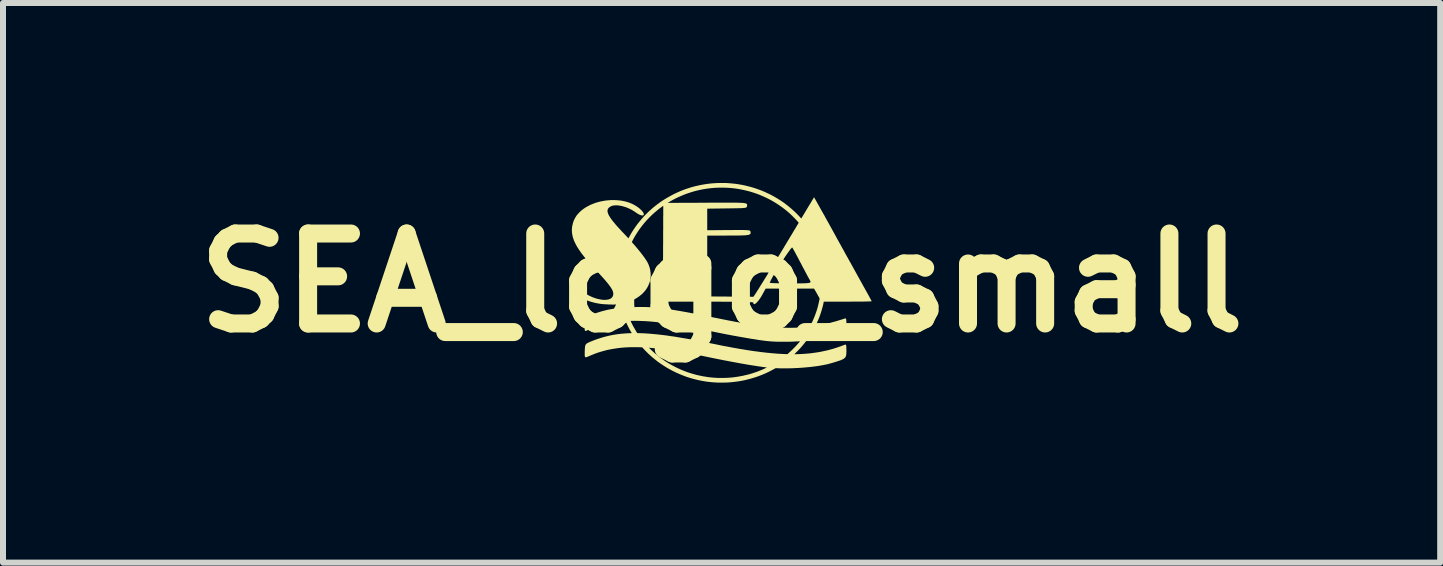
<source format=kicad_pcb>
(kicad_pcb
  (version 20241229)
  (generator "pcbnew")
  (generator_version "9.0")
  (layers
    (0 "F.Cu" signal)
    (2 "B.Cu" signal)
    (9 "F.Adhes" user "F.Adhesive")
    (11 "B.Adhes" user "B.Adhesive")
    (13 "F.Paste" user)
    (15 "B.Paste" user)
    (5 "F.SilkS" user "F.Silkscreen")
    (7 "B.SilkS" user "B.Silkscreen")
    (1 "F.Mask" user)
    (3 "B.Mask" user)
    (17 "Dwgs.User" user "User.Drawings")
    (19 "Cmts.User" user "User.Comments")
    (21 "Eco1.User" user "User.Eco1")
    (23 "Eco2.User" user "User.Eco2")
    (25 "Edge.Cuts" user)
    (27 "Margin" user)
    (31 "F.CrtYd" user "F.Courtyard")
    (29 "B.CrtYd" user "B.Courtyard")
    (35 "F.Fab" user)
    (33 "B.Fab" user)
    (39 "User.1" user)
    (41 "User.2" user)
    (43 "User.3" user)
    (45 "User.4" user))
  (footprint "SEA_logo_small"
    (layer "F.Cu")
    (at 8.979 1.664)
    (property "Reference" "SEA_logo_small" (at 0 0 0) (layer "F.SilkS") (effects (font (size 1.5 1.5) (thickness 0.3))))
    (attr board_only exclude_from_pos_files exclude_from_bom)
    (fp_poly (pts (xy 0.035 -1.664) (xy 0.051 -1.664) (xy 0.067 -1.663) (xy 0.081 -1.663) (xy 0.096 -1.662) (xy 0.111 -1.661) (xy 0.125 -1.66) (xy 0.139 -1.659) (xy 0.189 -1.654) (xy 0.239 -1.649) (xy 0.288 -1.641) (xy 0.337 -1.633) (xy 0.386 -1.623) (xy 0.434 -1.611) (xy 0.482 -1.599) (xy 0.529 -1.585) (xy 0.576 -1.57) (xy 0.623 -1.553) (xy 0.669 -1.536) (xy 0.714 -1.517) (xy 0.759 -1.496) (xy 0.804 -1.475) (xy 0.848 -1.452) (xy 0.891 -1.428) (xy 0.934 -1.402) (xy 0.973 -1.378) (xy 1.009 -1.354) (xy 1.045 -1.329) (xy 1.08 -1.302) (xy 1.115 -1.275) (xy 1.149 -1.246) (xy 1.182 -1.217) (xy 1.215 -1.188) (xy 1.247 -1.157) (xy 1.277 -1.126) (xy 1.306 -1.095) (xy 1.315 -1.085) (xy 1.319 -1.081) (xy 1.322 -1.078) (xy 1.324 -1.075) (xy 1.326 -1.073) (xy 1.327 -1.072) (xy 1.328 -1.072) (xy 1.328 -1.073) (xy 1.329 -1.074) (xy 1.331 -1.077) (xy 1.333 -1.081) (xy 1.336 -1.086) (xy 1.34 -1.092) (xy 1.344 -1.099) (xy 1.348 -1.106) (xy 1.354 -1.115) (xy 1.359 -1.124) (xy 1.365 -1.134) (xy 1.372 -1.145) (xy 1.378 -1.156) (xy 1.386 -1.168) (xy 1.393 -1.181) (xy 1.401 -1.193) (xy 1.409 -1.207) (xy 1.417 -1.221) (xy 1.426 -1.235) (xy 1.434 -1.249) (xy 1.443 -1.264) (xy 1.451 -1.278) (xy 1.46 -1.292) (xy 1.468 -1.305) (xy 1.476 -1.318) (xy 1.483 -1.33) (xy 1.49 -1.342) (xy 1.497 -1.353) (xy 1.503 -1.364) (xy 1.509 -1.374) (xy 1.515 -1.383) (xy 1.52 -1.392) (xy 1.525 -1.399) (xy 1.529 -1.406) (xy 1.532 -1.412) (xy 1.535 -1.417) (xy 1.538 -1.421) (xy 1.539 -1.424) (xy 1.54 -1.426) (xy 1.541 -1.426) (xy 1.541 -1.426) (xy 1.542 -1.424) (xy 1.544 -1.421) (xy 1.546 -1.417) (xy 1.548 -1.413) (xy 1.552 -1.407) (xy 1.555 -1.401) (xy 1.559 -1.394) (xy 1.563 -1.387) (xy 1.568 -1.379) (xy 1.572 -1.371) (xy 1.576 -1.365) (xy 1.59 -1.339) (xy 1.604 -1.314) (xy 1.617 -1.291) (xy 1.63 -1.268) (xy 1.642 -1.246) (xy 1.654 -1.225) (xy 1.665 -1.205) (xy 1.676 -1.186) (xy 1.687 -1.167) (xy 1.697 -1.148) (xy 1.708 -1.13) (xy 1.718 -1.112) (xy 1.727 -1.094) (xy 1.737 -1.077) (xy 1.747 -1.059) (xy 1.756 -1.042) (xy 1.766 -1.025) (xy 1.776 -1.007) (xy 1.786 -0.989) (xy 1.796 -0.971) (xy 1.806 -0.952) (xy 1.817 -0.933) (xy 1.828 -0.913) (xy 1.839 -0.893) (xy 1.839 -0.893) (xy 1.853 -0.867) (xy 1.868 -0.84) (xy 1.883 -0.813) (xy 1.899 -0.784) (xy 1.915 -0.754) (xy 1.932 -0.723) (xy 1.95 -0.691) (xy 1.968 -0.658) (xy 1.987 -0.624) (xy 2.006 -0.589) (xy 2.026 -0.554) (xy 2.046 -0.518) (xy 2.066 -0.48) (xy 2.087 -0.443) (xy 2.109 -0.404) (xy 2.13 -0.365) (xy 2.153 -0.325) (xy 2.175 -0.285) (xy 2.198 -0.244) (xy 2.221 -0.202) (xy 2.244 -0.16) (xy 2.267 -0.118) (xy 2.291 -0.075) (xy 2.315 -0.032) (xy 2.339 0.011) (xy 2.363 0.055) (xy 2.388 0.099) (xy 2.412 0.143) (xy 2.423 0.162) (xy 2.433 0.18) (xy 2.442 0.197) (xy 2.451 0.212) (xy 2.459 0.227) (xy 2.466 0.24) (xy 2.472 0.252) (xy 2.478 0.263) (xy 2.483 0.272) (xy 2.488 0.281) (xy 2.492 0.288) (xy 2.495 0.295) (xy 2.497 0.3) (xy 2.499 0.303) (xy 2.5 0.306) (xy 2.5 0.307) (xy 2.5 0.308) (xy 2.499 0.308) (xy 2.497 0.308) (xy 2.494 0.309) (xy 2.489 0.309) (xy 2.484 0.309) (xy 2.479 0.31) (xy 2.473 0.31) (xy 2.47 0.31) (xy 2.461 0.31) (xy 2.45 0.311) (xy 2.438 0.311) (xy 2.426 0.311) (xy 2.412 0.312) (xy 2.397 0.312) (xy 2.381 0.312) (xy 2.364 0.313) (xy 2.346 0.313) (xy 2.327 0.313) (xy 2.306 0.313) (xy 2.285 0.314) (xy 2.262 0.314) (xy 2.238 0.314) (xy 2.213 0.314) (xy 2.186 0.314) (xy 2.159 0.314) (xy 2.13 0.315) (xy 2.1 0.315) (xy 2.068 0.315) (xy 2.035 0.315) (xy 2.001 0.315) (xy 1.966 0.315) (xy 1.929 0.315) (xy 1.91 0.315) (xy 1.703 0.315) (xy 1.702 0.321) (xy 1.701 0.324) (xy 1.7 0.327) (xy 1.699 0.332) (xy 1.698 0.337) (xy 1.697 0.342) (xy 1.697 0.345) (xy 1.686 0.391) (xy 1.673 0.437) (xy 1.66 0.482) (xy 1.645 0.527) (xy 1.629 0.572) (xy 1.611 0.616) (xy 1.592 0.659) (xy 1.573 0.7) (xy 1.571 0.705) (xy 1.569 0.709) (xy 1.567 0.712) (xy 1.566 0.715) (xy 1.565 0.717) (xy 1.565 0.718) (xy 1.565 0.718) (xy 1.566 0.718) (xy 1.568 0.717) (xy 1.571 0.717) (xy 1.575 0.716) (xy 1.579 0.715) (xy 1.584 0.714) (xy 1.59 0.714) (xy 1.596 0.712) (xy 1.602 0.711) (xy 1.609 0.71) (xy 1.615 0.709) (xy 1.621 0.708) (xy 1.626 0.707) (xy 1.631 0.706) (xy 1.633 0.706) (xy 1.687 0.695) (xy 1.741 0.684) (xy 1.796 0.671) (xy 1.851 0.656) (xy 1.907 0.641) (xy 1.962 0.624) (xy 2.018 0.607) (xy 2.032 0.602) (xy 2.039 0.6) (xy 2.044 0.598) (xy 2.049 0.597) (xy 2.052 0.596) (xy 2.055 0.595) (xy 2.057 0.594) (xy 2.059 0.594) (xy 2.061 0.594) (xy 2.062 0.594) (xy 2.063 0.594) (xy 2.065 0.594) (xy 2.067 0.594) (xy 2.068 0.594) (xy 2.07 0.595) (xy 2.07 0.596) (xy 2.072 0.598) (xy 2.073 0.599) (xy 2.074 0.602) (xy 2.075 0.605) (xy 2.076 0.607) (xy 2.076 0.611) (xy 2.077 0.616) (xy 2.078 0.622) (xy 2.078 0.629) (xy 2.079 0.636) (xy 2.079 0.645) (xy 2.079 0.655) (xy 2.08 0.666) (xy 2.08 0.678) (xy 2.08 0.692) (xy 2.08 0.697) (xy 2.08 0.708) (xy 2.08 0.719) (xy 2.079 0.728) (xy 2.079 0.737) (xy 2.079 0.744) (xy 2.078 0.751) (xy 2.078 0.757) (xy 2.077 0.762) (xy 2.077 0.767) (xy 2.076 0.771) (xy 2.076 0.771) (xy 2.074 0.778) (xy 2.072 0.785) (xy 2.069 0.791) (xy 2.066 0.797) (xy 2.063 0.803) (xy 2.058 0.809) (xy 2.053 0.814) (xy 2.048 0.819) (xy 2.041 0.824) (xy 2.034 0.828) (xy 2.026 0.833) (xy 2.016 0.838) (xy 2.006 0.842) (xy 1.995 0.847) (xy 1.983 0.852) (xy 1.969 0.857) (xy 1.954 0.862) (xy 1.938 0.867) (xy 1.921 0.872) (xy 1.921 0.872) (xy 1.913 0.874) (xy 1.905 0.877) (xy 1.895 0.879) (xy 1.885 0.882) (xy 1.875 0.885) (xy 1.864 0.888) (xy 1.853 0.891) (xy 1.842 0.895) (xy 1.831 0.898) (xy 1.82 0.901) (xy 1.81 0.903) (xy 1.8 0.906) (xy 1.791 0.909) (xy 1.783 0.911) (xy 1.776 0.913) (xy 1.769 0.914) (xy 1.767 0.915) (xy 1.748 0.919) (xy 1.727 0.924) (xy 1.705 0.928) (xy 1.682 0.933) (xy 1.658 0.937) (xy 1.632 0.941) (xy 1.606 0.945) (xy 1.579 0.948) (xy 1.55 0.952) (xy 1.521 0.956) (xy 1.491 0.959) (xy 1.46 0.962) (xy 1.434 0.965) (xy 1.429 0.965) (xy 1.424 0.965) (xy 1.42 0.966) (xy 1.417 0.966) (xy 1.414 0.966) (xy 1.413 0.966) (xy 1.413 0.966) (xy 1.412 0.967) (xy 1.41 0.969) (xy 1.41 0.97) (xy 1.408 0.972) (xy 1.405 0.975) (xy 1.402 0.979) (xy 1.399 0.984) (xy 1.395 0.989) (xy 1.391 0.994) (xy 1.387 0.999) (xy 1.383 1.004) (xy 1.379 1.009) (xy 1.376 1.013) (xy 1.376 1.014) (xy 1.356 1.037) (xy 1.337 1.06) (xy 1.317 1.083) (xy 1.296 1.105) (xy 1.275 1.128) (xy 1.253 1.15) (xy 1.23 1.173) (xy 1.212 1.191) (xy 1.237 1.19) (xy 1.284 1.189) (xy 1.331 1.187) (xy 1.376 1.184) (xy 1.421 1.181) (xy 1.465 1.177) (xy 1.508 1.172) (xy 1.55 1.166) (xy 1.592 1.16) (xy 1.634 1.153) (xy 1.646 1.151) (xy 1.688 1.142) (xy 1.729 1.133) (xy 1.77 1.124) (xy 1.811 1.113) (xy 1.852 1.102) (xy 1.893 1.089) (xy 1.933 1.076) (xy 1.975 1.062) (xy 2.017 1.046) (xy 2.047 1.035) (xy 2.052 1.033) (xy 2.056 1.031) (xy 2.059 1.031) (xy 2.061 1.03) (xy 2.063 1.03) (xy 2.064 1.03) (xy 2.066 1.03) (xy 2.068 1.03) (xy 2.069 1.031) (xy 2.071 1.032) (xy 2.072 1.034) (xy 2.074 1.037) (xy 2.075 1.04) (xy 2.076 1.044) (xy 2.077 1.048) (xy 2.077 1.054) (xy 2.078 1.061) (xy 2.078 1.068) (xy 2.079 1.078) (xy 2.079 1.08) (xy 2.079 1.086) (xy 2.079 1.093) (xy 2.079 1.101) (xy 2.08 1.109) (xy 2.08 1.118) (xy 2.08 1.126) (xy 2.08 1.135) (xy 2.08 1.143) (xy 2.08 1.152) (xy 2.079 1.159) (xy 2.079 1.166) (xy 2.079 1.171) (xy 2.079 1.176) (xy 2.079 1.176) (xy 2.078 1.188) (xy 2.077 1.198) (xy 2.075 1.208) (xy 2.074 1.216) (xy 2.071 1.224) (xy 2.068 1.231) (xy 2.065 1.237) (xy 2.061 1.243) (xy 2.056 1.249) (xy 2.054 1.25) (xy 2.05 1.254) (xy 2.045 1.258) (xy 2.04 1.263) (xy 2.034 1.267) (xy 2.027 1.271) (xy 2.019 1.275) (xy 2.011 1.279) (xy 2.002 1.283) (xy 1.992 1.287) (xy 1.981 1.292) (xy 1.969 1.296) (xy 1.955 1.301) (xy 1.941 1.305) (xy 1.925 1.311) (xy 1.908 1.316) (xy 1.901 1.318) (xy 1.893 1.321) (xy 1.884 1.323) (xy 1.875 1.326) (xy 1.865 1.329) (xy 1.856 1.332) (xy 1.846 1.335) (xy 1.837 1.337) (xy 1.829 1.34) (xy 1.821 1.342) (xy 1.814 1.344) (xy 1.809 1.345) (xy 1.788 1.351) (xy 1.765 1.357) (xy 1.742 1.362) (xy 1.717 1.367) (xy 1.691 1.372) (xy 1.664 1.377) (xy 1.635 1.382) (xy 1.606 1.387) (xy 1.576 1.391) (xy 1.545 1.395) (xy 1.514 1.399) (xy 1.481 1.403) (xy 1.448 1.406) (xy 1.415 1.409) (xy 1.381 1.412) (xy 1.346 1.415) (xy 1.311 1.417) (xy 1.276 1.42) (xy 1.24 1.421) (xy 1.212 1.423) (xy 1.186 1.424) (xy 1.16 1.425) (xy 1.133 1.425) (xy 1.107 1.426) (xy 1.08 1.426) (xy 1.054 1.426) (xy 1.028 1.426) (xy 1.003 1.426) (xy 0.978 1.426) (xy 0.955 1.425) (xy 0.932 1.424) (xy 0.913 1.424) (xy 0.9 1.423) (xy 0.884 1.432) (xy 0.879 1.435) (xy 0.873 1.438) (xy 0.868 1.441) (xy 0.862 1.444) (xy 0.858 1.446) (xy 0.856 1.447) (xy 0.813 1.47) (xy 0.768 1.492) (xy 0.723 1.513) (xy 0.678 1.532) (xy 0.632 1.55) (xy 0.585 1.567) (xy 0.538 1.582) (xy 0.491 1.596) (xy 0.443 1.609) (xy 0.395 1.621) (xy 0.347 1.631) (xy 0.298 1.64) (xy 0.249 1.647) (xy 0.199 1.653) (xy 0.15 1.658) (xy 0.1 1.662) (xy 0.089 1.662) (xy 0.075 1.663) (xy 0.061 1.663) (xy 0.046 1.664) (xy 0.03 1.664) (xy 0.014 1.664) (xy -0.002 1.664) (xy -0.018 1.664) (xy -0.033 1.664) (xy -0.047 1.664) (xy -0.056 1.664) (xy -0.106 1.661) (xy -0.155 1.658) (xy -0.204 1.653) (xy -0.253 1.647) (xy -0.302 1.639) (xy -0.35 1.63) (xy -0.398 1.62) (xy -0.446 1.608) (xy -0.493 1.596) (xy -0.539 1.582) (xy -0.586 1.567) (xy -0.631 1.55) (xy -0.677 1.532) (xy -0.721 1.513) (xy -0.766 1.493) (xy -0.809 1.472) (xy -0.852 1.449) (xy -0.894 1.426) (xy -0.936 1.401) (xy -0.977 1.375) (xy -1.017 1.348) (xy -1.057 1.32) (xy -1.096 1.29) (xy -1.133 1.26) (xy -1.171 1.228) (xy -1.195 1.206) (xy -1.2 1.201) (xy -1.205 1.197) (xy -1.21 1.193) (xy -1.214 1.189) (xy -1.218 1.185) (xy -1.223 1.18) (xy -1.228 1.176) (xy -1.233 1.17) (xy -1.239 1.164) (xy -1.245 1.158) (xy -1.257 1.147) (xy -1.267 1.136) (xy -1.277 1.126) (xy -1.287 1.116) (xy -1.297 1.105) (xy -1.307 1.094) (xy -1.317 1.083) (xy -1.21 1.083) (xy -1.209 1.084) (xy -1.208 1.085) (xy -1.206 1.088) (xy -1.203 1.09) (xy -1.2 1.094) (xy -1.196 1.098) (xy -1.191 1.102) (xy -1.188 1.106) (xy -1.154 1.138) (xy -1.119 1.17) (xy -1.083 1.2) (xy -1.046 1.23) (xy -1.009 1.258) (xy -0.97 1.286) (xy -0.931 1.312) (xy -0.89 1.338) (xy -0.849 1.362) (xy -0.808 1.385) (xy -0.765 1.407) (xy -0.722 1.428) (xy -0.708 1.434) (xy -0.663 1.454) (xy -0.618 1.472) (xy -0.573 1.489) (xy -0.527 1.504) (xy -0.48 1.518) (xy -0.434 1.531) (xy -0.399 1.54) (xy -0.356 1.549) (xy -0.313 1.558) (xy -0.269 1.565) (xy -0.226 1.572) (xy -0.182 1.577) (xy -0.138 1.581) (xy -0.093 1.584) (xy -0.057 1.586) (xy -0.053 1.586) (xy -0.048 1.586) (xy -0.041 1.586) (xy -0.034 1.586) (xy -0.026 1.586) (xy -0.017 1.586) (xy -0.008 1.586) (xy 0.001 1.586) (xy 0.01 1.586) (xy 0.02 1.586) (xy 0.029 1.586) (xy 0.038 1.586) (xy 0.046 1.586) (xy 0.054 1.586) (xy 0.06 1.585) (xy 0.066 1.585) (xy 0.071 1.585) (xy 0.073 1.585) (xy 0.091 1.584) (xy 0.108 1.583) (xy 0.124 1.582) (xy 0.139 1.581) (xy 0.154 1.58) (xy 0.169 1.578) (xy 0.184 1.577) (xy 0.199 1.575) (xy 0.215 1.573) (xy 0.217 1.573) (xy 0.264 1.566) (xy 0.311 1.558) (xy 0.358 1.549) (xy 0.404 1.538) (xy 0.45 1.527) (xy 0.496 1.514) (xy 0.542 1.499) (xy 0.587 1.484) (xy 0.631 1.467) (xy 0.675 1.449) (xy 0.711 1.433) (xy 0.721 1.428) (xy 0.729 1.424) (xy 0.736 1.421) (xy 0.742 1.418) (xy 0.747 1.416) (xy 0.75 1.414) (xy 0.753 1.413) (xy 0.754 1.412) (xy 0.754 1.412) (xy 0.754 1.412) (xy 0.753 1.411) (xy 0.751 1.411) (xy 0.748 1.411) (xy 0.744 1.41) (xy 0.74 1.41) (xy 0.732 1.409) (xy 0.723 1.408) (xy 0.713 1.406) (xy 0.702 1.405) (xy 0.69 1.403) (xy 0.678 1.402) (xy 0.666 1.4) (xy 0.654 1.398) (xy 0.641 1.396) (xy 0.629 1.395) (xy 0.617 1.393) (xy 0.606 1.391) (xy 0.595 1.39) (xy 0.595 1.39) (xy 0.589 1.389) (xy 0.581 1.388) (xy 0.573 1.386) (xy 0.564 1.385) (xy 0.555 1.383) (xy 0.545 1.382) (xy 0.536 1.38) (xy 0.526 1.379) (xy 0.518 1.378) (xy 0.509 1.376) (xy 0.502 1.375) (xy 0.495 1.374) (xy 0.49 1.373) (xy 0.489 1.373) (xy 0.484 1.372) (xy 0.479 1.371) (xy 0.474 1.37) (xy 0.469 1.37) (xy 0.466 1.369) (xy 0.464 1.369) (xy 0.432 1.364) (xy 0.4 1.358) (xy 0.366 1.352) (xy 0.331 1.346) (xy 0.295 1.34) (xy 0.259 1.333) (xy 0.221 1.326) (xy 0.183 1.319) (xy 0.145 1.312) (xy 0.105 1.304) (xy 0.066 1.297) (xy 0.026 1.289) (xy -0.014 1.281) (xy -0.054 1.273) (xy -0.095 1.265) (xy -0.135 1.257) (xy -0.175 1.249) (xy -0.181 1.247) (xy -0.208 1.242) (xy -0.235 1.236) (xy -0.26 1.231) (xy -0.285 1.226) (xy -0.308 1.221) (xy -0.33 1.217) (xy -0.352 1.212) (xy -0.372 1.208) (xy -0.393 1.204) (xy -0.412 1.2) (xy -0.431 1.197) (xy -0.45 1.193) (xy -0.468 1.19) (xy -0.487 1.186) (xy -0.505 1.183) (xy -0.523 1.179) (xy -0.541 1.176) (xy -0.56 1.173) (xy -0.571 1.171) (xy -0.623 1.161) (xy -0.673 1.153) (xy -0.722 1.144) (xy -0.77 1.137) (xy -0.817 1.129) (xy -0.863 1.123) (xy -0.907 1.116) (xy -0.951 1.11) (xy -0.994 1.105) (xy -1.036 1.1) (xy -1.077 1.095) (xy -1.117 1.091) (xy -1.156 1.088) (xy -1.184 1.085) (xy -1.189 1.085) (xy -1.195 1.084) (xy -1.2 1.084) (xy -1.204 1.084) (xy -1.207 1.084) (xy -1.209 1.083) (xy -1.21 1.083) (xy -1.21 1.083) (xy -1.317 1.083) (xy -1.317 1.083) (xy -1.321 1.078) (xy -1.323 1.076) (xy -1.34 1.076) (xy -1.353 1.075) (xy -1.367 1.075) (xy -1.38 1.074) (xy -1.393 1.074) (xy -1.407 1.074) (xy -1.421 1.074) (xy -1.436 1.074) (xy -1.452 1.074) (xy -1.469 1.074) (xy -1.474 1.074) (xy -1.485 1.074) (xy -1.495 1.074) (xy -1.505 1.074) (xy -1.513 1.074) (xy -1.521 1.074) (xy -1.528 1.074) (xy -1.534 1.074) (xy -1.541 1.075) (xy -1.547 1.075) (xy -1.554 1.075) (xy -1.56 1.075) (xy -1.568 1.076) (xy -1.575 1.076) (xy -1.578 1.076) (xy -1.627 1.079) (xy -1.675 1.083) (xy -1.721 1.088) (xy -1.768 1.095) (xy -1.813 1.102) (xy -1.858 1.11) (xy -1.902 1.119) (xy -1.945 1.13) (xy -1.988 1.142) (xy -2.031 1.154) (xy -2.073 1.168) (xy -2.115 1.183) (xy -2.156 1.2) (xy -2.158 1.201) (xy -2.164 1.203) (xy -2.169 1.205) (xy -2.174 1.207) (xy -2.178 1.209) (xy -2.181 1.21) (xy -2.185 1.212) (xy -2.189 1.214) (xy -2.194 1.216) (xy -2.2 1.218) (xy -2.206 1.221) (xy -2.206 1.221) (xy -2.216 1.225) (xy -2.224 1.228) (xy -2.231 1.231) (xy -2.237 1.234) (xy -2.242 1.236) (xy -2.247 1.238) (xy -2.251 1.239) (xy -2.254 1.24) (xy -2.257 1.24) (xy -2.26 1.241) (xy -2.262 1.241) (xy -2.264 1.241) (xy -2.268 1.241) (xy -2.271 1.24) (xy -2.273 1.238) (xy -2.275 1.236) (xy -2.277 1.234) (xy -2.279 1.23) (xy -2.28 1.225) (xy -2.282 1.219) (xy -2.282 1.219) (xy -2.282 1.217) (xy -2.282 1.213) (xy -2.282 1.208) (xy -2.282 1.202) (xy -2.282 1.195) (xy -2.282 1.187) (xy -2.282 1.179) (xy -2.282 1.17) (xy -2.282 1.161) (xy -2.282 1.152) (xy -2.282 1.142) (xy -2.281 1.133) (xy -2.281 1.124) (xy -2.281 1.115) (xy -2.28 1.106) (xy -2.28 1.098) (xy -2.279 1.091) (xy -2.279 1.09) (xy -2.278 1.078) (xy -2.277 1.068) (xy -2.276 1.058) (xy -2.273 1.049) (xy -2.271 1.042) (xy -2.268 1.035) (xy -2.264 1.028) (xy -2.26 1.023) (xy -2.254 1.017) (xy -2.248 1.012) (xy -2.241 1.008) (xy -2.233 1.003) (xy -2.227 1) (xy -2.221 0.997) (xy -2.214 0.993) (xy -2.206 0.99) (xy -2.197 0.986) (xy -2.187 0.982) (xy -2.176 0.977) (xy -2.165 0.973) (xy -2.153 0.968) (xy -2.141 0.963) (xy -2.129 0.959) (xy -2.116 0.954) (xy -2.104 0.949) (xy -2.091 0.945) (xy -2.079 0.94) (xy -2.067 0.936) (xy -2.055 0.932) (xy -2.054 0.932) (xy -2.012 0.918) (xy -1.971 0.906) (xy -1.93 0.895) (xy -1.889 0.885) (xy -1.848 0.876) (xy -1.806 0.868) (xy -1.763 0.861) (xy -1.72 0.855) (xy -1.678 0.85) (xy -1.658 0.848) (xy -1.637 0.847) (xy -1.616 0.845) (xy -1.594 0.843) (xy -1.573 0.842) (xy -1.553 0.841) (xy -1.533 0.84) (xy -1.521 0.84) (xy -1.516 0.84) (xy -1.511 0.84) (xy -1.507 0.839) (xy -1.504 0.839) (xy -1.501 0.839) (xy -1.5 0.839) (xy -1.498 0.839) (xy -1.502 0.832) (xy -1.513 0.813) (xy -1.525 0.793) (xy -1.536 0.773) (xy -1.547 0.751) (xy -1.559 0.73) (xy -1.569 0.708) (xy -1.58 0.687) (xy -1.59 0.665) (xy -1.599 0.645) (xy -1.6 0.643) (xy -1.601 0.641) (xy -1.602 0.64) (xy -1.603 0.64) (xy -1.603 0.64) (xy -1.605 0.64) (xy -1.609 0.64) (xy -1.613 0.64) (xy -1.618 0.641) (xy -1.624 0.641) (xy -1.631 0.642) (xy -1.638 0.642) (xy -1.646 0.643) (xy -1.655 0.644) (xy -1.663 0.645) (xy -1.672 0.646) (xy -1.68 0.647) (xy -1.689 0.647) (xy -1.697 0.648) (xy -1.704 0.649) (xy -1.711 0.65) (xy -1.749 0.655) (xy -1.786 0.661) (xy -1.823 0.667) (xy -1.86 0.675) (xy -1.897 0.683) (xy -1.934 0.691) (xy -1.971 0.701) (xy -2.009 0.712) (xy -2.046 0.723) (xy -2.085 0.735) (xy -2.123 0.749) (xy -2.163 0.763) (xy -2.203 0.778) (xy -2.232 0.789) (xy -2.239 0.792) (xy -2.246 0.795) (xy -2.251 0.797) (xy -2.255 0.799) (xy -2.259 0.8) (xy -2.262 0.801) (xy -2.264 0.802) (xy -2.266 0.802) (xy -2.267 0.803) (xy -2.268 0.803) (xy -2.269 0.803) (xy -2.269 0.803) (xy -2.272 0.803) (xy -2.273 0.802) (xy -2.275 0.801) (xy -2.276 0.8) (xy -2.277 0.798) (xy -2.279 0.795) (xy -2.28 0.791) (xy -2.281 0.787) (xy -2.282 0.781) (xy -2.283 0.774) (xy -2.283 0.766) (xy -2.284 0.76) (xy -2.284 0.756) (xy -2.284 0.751) (xy -2.284 0.744) (xy -2.284 0.737) (xy -2.284 0.73) (xy -2.284 0.722) (xy -2.284 0.713) (xy -2.284 0.704) (xy -2.284 0.696) (xy -2.284 0.687) (xy -2.284 0.678) (xy -2.284 0.67) (xy -2.284 0.663) (xy -2.284 0.656) (xy -2.284 0.65) (xy -2.284 0.645) (xy -2.284 0.641) (xy -2.284 0.64) (xy -2.283 0.636) (xy -1.517 0.636) (xy -1.517 0.637) (xy -1.516 0.638) (xy -1.515 0.641) (xy -1.513 0.645) (xy -1.511 0.65) (xy -1.509 0.655) (xy -1.506 0.661) (xy -1.503 0.667) (xy -1.499 0.674) (xy -1.496 0.681) (xy -1.493 0.688) (xy -1.489 0.695) (xy -1.485 0.702) (xy -1.482 0.708) (xy -1.479 0.715) (xy -1.476 0.721) (xy -1.474 0.724) (xy -1.451 0.764) (xy -1.428 0.804) (xy -1.414 0.827) (xy -1.406 0.839) (xy -1.386 0.839) (xy -1.357 0.84) (xy -1.327 0.841) (xy -1.297 0.842) (xy -1.266 0.844) (xy -1.235 0.846) (xy -1.204 0.848) (xy -1.172 0.851) (xy -1.139 0.854) (xy -1.106 0.857) (xy -1.072 0.86) (xy -1.038 0.864) (xy -1.003 0.868) (xy -0.967 0.872) (xy -0.93 0.877) (xy -0.893 0.882) (xy -0.855 0.888) (xy -0.816 0.893) (xy -0.776 0.899) (xy -0.736 0.906) (xy -0.694 0.913) (xy -0.652 0.92) (xy -0.608 0.927) (xy -0.563 0.935) (xy -0.518 0.943) (xy -0.471 0.952) (xy -0.423 0.961) (xy -0.374 0.97) (xy -0.324 0.98) (xy -0.272 0.99) (xy -0.22 1.001) (xy -0.166 1.012) (xy -0.146 1.016) (xy -0.11 1.023) (xy -0.076 1.03) (xy -0.043 1.037) (xy -0.01 1.044) (xy 0.021 1.05) (xy 0.052 1.056) (xy 0.081 1.061) (xy 0.111 1.067) (xy 0.14 1.072) (xy 0.168 1.078) (xy 0.197 1.083) (xy 0.225 1.088) (xy 0.253 1.093) (xy 0.282 1.098) (xy 0.296 1.101) (xy 0.349 1.109) (xy 0.401 1.118) (xy 0.453 1.126) (xy 0.504 1.134) (xy 0.554 1.141) (xy 0.603 1.147) (xy 0.652 1.154) (xy 0.699 1.159) (xy 0.746 1.165) (xy 0.791 1.169) (xy 0.836 1.174) (xy 0.879 1.177) (xy 0.921 1.181) (xy 0.942 1.182) (xy 0.954 1.183) (xy 0.967 1.184) (xy 0.979 1.184) (xy 0.992 1.185) (xy 1.004 1.186) (xy 1.016 1.186) (xy 1.028 1.187) (xy 1.039 1.187) (xy 1.05 1.188) (xy 1.06 1.188) (xy 1.068 1.188) (xy 1.076 1.189) (xy 1.083 1.189) (xy 1.085 1.189) (xy 1.097 1.189) (xy 1.103 1.184) (xy 1.119 1.17) (xy 1.135 1.155) (xy 1.153 1.139) (xy 1.17 1.123) (xy 1.187 1.106) (xy 1.204 1.089) (xy 1.221 1.072) (xy 1.237 1.055) (xy 1.252 1.038) (xy 1.255 1.035) (xy 1.26 1.03) (xy 1.265 1.024) (xy 1.27 1.018) (xy 1.276 1.011) (xy 1.282 1.005) (xy 1.287 0.999) (xy 1.292 0.993) (xy 1.297 0.987) (xy 1.301 0.982) (xy 1.304 0.978) (xy 1.306 0.975) (xy 1.307 0.974) (xy 1.307 0.974) (xy 1.305 0.974) (xy 1.303 0.975) (xy 1.3 0.975) (xy 1.295 0.975) (xy 1.29 0.975) (xy 1.283 0.976) (xy 1.275 0.976) (xy 1.267 0.977) (xy 1.258 0.977) (xy 1.249 0.977) (xy 1.239 0.978) (xy 1.229 0.978) (xy 1.218 0.979) (xy 1.207 0.979) (xy 1.197 0.98) (xy 1.186 0.98) (xy 1.175 0.981) (xy 1.165 0.981) (xy 1.155 0.981) (xy 1.146 0.982) (xy 1.144 0.982) (xy 1.137 0.982) (xy 1.129 0.982) (xy 1.12 0.982) (xy 1.11 0.982) (xy 1.1 0.982) (xy 1.088 0.983) (xy 1.076 0.983) (xy 1.064 0.983) (xy 1.051 0.983) (xy 1.039 0.983) (xy 1.026 0.983) (xy 1.014 0.983) (xy 1.002 0.983) (xy 0.991 0.983) (xy 0.98 0.983) (xy 0.97 0.983) (xy 0.961 0.983) (xy 0.953 0.982) (xy 0.947 0.982) (xy 0.923 0.982) (xy 0.899 0.981) (xy 0.877 0.98) (xy 0.856 0.979) (xy 0.835 0.978) (xy 0.815 0.976) (xy 0.796 0.975) (xy 0.777 0.973) (xy 0.758 0.971) (xy 0.739 0.969) (xy 0.72 0.967) (xy 0.709 0.966) (xy 0.687 0.962) (xy 0.663 0.959) (xy 0.638 0.956) (xy 0.612 0.952) (xy 0.585 0.947) (xy 0.557 0.943) (xy 0.528 0.938) (xy 0.498 0.934) (xy 0.468 0.929) (xy 0.436 0.923) (xy 0.405 0.918) (xy 0.372 0.912) (xy 0.34 0.907) (xy 0.307 0.901) (xy 0.274 0.895) (xy 0.24 0.889) (xy 0.207 0.883) (xy 0.173 0.877) (xy 0.14 0.87) (xy 0.106 0.864) (xy 0.073 0.858) (xy 0.04 0.851) (xy 0.008 0.845) (xy -0.024 0.838) (xy -0.056 0.832) (xy -0.087 0.826) (xy -0.088 0.825) (xy -0.13 0.817) (xy -0.17 0.809) (xy -0.209 0.801) (xy -0.247 0.793) (xy -0.284 0.786) (xy -0.32 0.779) (xy -0.355 0.772) (xy -0.389 0.765) (xy -0.422 0.759) (xy -0.454 0.753) (xy -0.485 0.747) (xy -0.516 0.741) (xy -0.546 0.736) (xy -0.575 0.73) (xy -0.604 0.725) (xy -0.633 0.72) (xy -0.661 0.715) (xy -0.689 0.711) (xy -0.717 0.706) (xy -0.744 0.702) (xy -0.764 0.698) (xy -0.815 0.691) (xy -0.864 0.683) (xy -0.913 0.676) (xy -0.959 0.67) (xy -1.005 0.664) (xy -1.05 0.659) (xy -1.094 0.654) (xy -1.136 0.65) (xy -1.178 0.646) (xy -1.218 0.643) (xy -1.258 0.64) (xy -1.296 0.638) (xy -1.334 0.637) (xy -1.371 0.635) (xy -1.407 0.635) (xy -1.442 0.634) (xy -1.446 0.634) (xy -1.455 0.634) (xy -1.464 0.634) (xy -1.472 0.635) (xy -1.48 0.635) (xy -1.488 0.635) (xy -1.494 0.635) (xy -1.501 0.635) (xy -1.506 0.635) (xy -1.51 0.635) (xy -1.514 0.635) (xy -1.516 0.636) (xy -1.517 0.636) (xy -1.517 0.636) (xy -2.283 0.636) (xy -2.283 0.629) (xy -2.281 0.619) (xy -2.279 0.61) (xy -2.277 0.602) (xy -2.274 0.595) (xy -2.27 0.589) (xy -2.265 0.583) (xy -2.26 0.578) (xy -2.253 0.573) (xy -2.245 0.568) (xy -2.236 0.563) (xy -2.236 0.563) (xy -2.231 0.56) (xy -2.224 0.557) (xy -2.216 0.553) (xy -2.207 0.549) (xy -2.197 0.545) (xy -2.187 0.541) (xy -2.176 0.537) (xy -2.164 0.532) (xy -2.152 0.527) (xy -2.14 0.523) (xy -2.127 0.518) (xy -2.115 0.513) (xy -2.102 0.509) (xy -2.09 0.504) (xy -2.078 0.5) (xy -2.066 0.496) (xy -2.058 0.494) (xy -2.015 0.48) (xy -1.972 0.468) (xy -1.929 0.457) (xy -1.885 0.447) (xy -1.841 0.439) (xy -1.796 0.431) (xy -1.78 0.429) (xy -1.77 0.427) (xy -1.76 0.426) (xy -1.749 0.424) (xy -1.738 0.423) (xy -1.727 0.422) (xy -1.717 0.421) (xy -1.707 0.419) (xy -1.698 0.419) (xy -1.691 0.418) (xy -1.686 0.417) (xy -1.683 0.417) (xy -1.681 0.417) (xy -1.68 0.417) (xy -1.679 0.416) (xy -1.679 0.416) (xy -1.679 0.415) (xy -1.68 0.413) (xy -1.681 0.41) (xy -1.682 0.406) (xy -1.683 0.402) (xy -1.684 0.397) (xy -1.686 0.391) (xy -1.687 0.386) (xy -1.688 0.381) (xy -1.69 0.375) (xy -1.691 0.371) (xy -1.692 0.366) (xy -1.692 0.365) (xy -1.695 0.353) (xy -1.706 0.355) (xy -1.717 0.356) (xy -1.727 0.358) (xy -1.738 0.359) (xy -1.749 0.36) (xy -1.76 0.361) (xy -1.772 0.362) (xy -1.784 0.362) (xy -1.796 0.363) (xy -1.809 0.363) (xy -1.824 0.363) (xy -1.838 0.362) (xy -1.854 0.362) (xy -1.872 0.361) (xy -1.89 0.361) (xy -1.901 0.36) (xy -1.915 0.359) (xy -1.927 0.359) (xy -1.938 0.358) (xy -1.948 0.358) (xy -1.957 0.357) (xy -1.965 0.356) (xy -1.973 0.356) (xy -1.981 0.355) (xy -1.988 0.355) (xy -1.994 0.354) (xy -2.001 0.353) (xy -2.008 0.352) (xy -2.013 0.352) (xy -2.039 0.348) (xy -2.066 0.343) (xy -2.093 0.338) (xy -2.103 0.336) (xy -1.619 0.336) (xy -1.616 0.346) (xy -1.616 0.35) (xy -1.614 0.355) (xy -1.613 0.361) (xy -1.611 0.367) (xy -1.61 0.373) (xy -1.608 0.38) (xy -1.606 0.386) (xy -1.605 0.392) (xy -1.604 0.397) (xy -1.602 0.401) (xy -1.602 0.403) (xy -1.6 0.41) (xy -1.598 0.41) (xy -1.596 0.41) (xy -1.594 0.41) (xy -1.59 0.41) (xy -1.586 0.41) (xy -1.581 0.409) (xy -1.577 0.409) (xy -1.554 0.408) (xy -1.53 0.407) (xy -1.505 0.406) (xy -1.479 0.405) (xy -1.453 0.405) (xy -1.426 0.404) (xy -1.4 0.404) (xy -1.373 0.403) (xy -1.348 0.403) (xy -1.327 0.404) (xy -1.315 0.404) (xy -1.304 0.404) (xy -1.294 0.404) (xy -1.284 0.404) (xy -1.276 0.404) (xy -1.268 0.404) (xy -1.26 0.404) (xy -1.252 0.405) (xy -1.245 0.405) (xy -1.237 0.405) (xy -1.228 0.406) (xy -1.219 0.406) (xy -1.218 0.406) (xy -1.201 0.407) (xy -1.183 0.408) (xy -1.166 0.409) (xy -1.148 0.41) (xy -1.13 0.411) (xy -1.112 0.413) (xy -1.094 0.414) (xy -1.075 0.416) (xy -1.056 0.418) (xy -1.037 0.42) (xy -1.017 0.422) (xy -0.997 0.425) (xy -0.976 0.427) (xy -0.955 0.43) (xy -0.934 0.433) (xy -0.912 0.436) (xy -0.889 0.439) (xy -0.866 0.442) (xy -0.842 0.446) (xy -0.818 0.45) (xy -0.792 0.454) (xy -0.766 0.458) (xy -0.74 0.463) (xy -0.712 0.467) (xy -0.684 0.472) (xy -0.655 0.477) (xy -0.625 0.483) (xy -0.594 0.488) (xy -0.562 0.494) (xy -0.529 0.5) (xy -0.495 0.507) (xy -0.46 0.513) (xy -0.424 0.52) (xy -0.387 0.528) (xy -0.348 0.535) (xy -0.309 0.543) (xy -0.268 0.551) (xy -0.226 0.559) (xy -0.183 0.568) (xy -0.139 0.577) (xy -0.105 0.584) (xy -0.086 0.587) (xy -0.068 0.591) (xy -0.052 0.594) (xy -0.036 0.598) (xy -0.022 0.6) (xy -0.009 0.603) (xy 0.003 0.606) (xy 0.014 0.608) (xy 0.025 0.61) (xy 0.034 0.612) (xy 0.043 0.613) (xy 0.051 0.615) (xy 0.058 0.617) (xy 0.065 0.618) (xy 0.071 0.619) (xy 0.076 0.62) (xy 0.081 0.621) (xy 0.086 0.622) (xy 0.091 0.623) (xy 0.095 0.624) (xy 0.099 0.625) (xy 0.102 0.625) (xy 0.106 0.626) (xy 0.109 0.627) (xy 0.164 0.637) (xy 0.218 0.648) (xy 0.27 0.657) (xy 0.322 0.667) (xy 0.372 0.675) (xy 0.421 0.683) (xy 0.469 0.691) (xy 0.517 0.698) (xy 0.563 0.705) (xy 0.608 0.711) (xy 0.653 0.717) (xy 0.696 0.722) (xy 0.739 0.727) (xy 0.781 0.731) (xy 0.823 0.735) (xy 0.863 0.739) (xy 0.903 0.741) (xy 0.943 0.744) (xy 0.982 0.746) (xy 1.02 0.748) (xy 1.058 0.749) (xy 1.061 0.749) (xy 1.067 0.749) (xy 1.074 0.749) (xy 1.082 0.749) (xy 1.091 0.75) (xy 1.101 0.75) (xy 1.111 0.75) (xy 1.121 0.75) (xy 1.132 0.75) (xy 1.143 0.75) (xy 1.154 0.75) (xy 1.165 0.75) (xy 1.175 0.75) (xy 1.185 0.75) (xy 1.194 0.749) (xy 1.202 0.749) (xy 1.209 0.749) (xy 1.214 0.749) (xy 1.215 0.749) (xy 1.249 0.748) (xy 1.282 0.747) (xy 1.313 0.745) (xy 1.345 0.743) (xy 1.376 0.74) (xy 1.407 0.738) (xy 1.407 0.738) (xy 1.414 0.737) (xy 1.421 0.736) (xy 1.428 0.736) (xy 1.435 0.735) (xy 1.442 0.734) (xy 1.448 0.733) (xy 1.454 0.733) (xy 1.459 0.732) (xy 1.463 0.732) (xy 1.467 0.731) (xy 1.469 0.731) (xy 1.47 0.731) (xy 1.47 0.73) (xy 1.471 0.73) (xy 1.472 0.727) (xy 1.474 0.724) (xy 1.476 0.72) (xy 1.478 0.715) (xy 1.481 0.71) (xy 1.484 0.704) (xy 1.488 0.697) (xy 1.491 0.69) (xy 1.495 0.683) (xy 1.496 0.681) (xy 1.516 0.64) (xy 1.534 0.598) (xy 1.552 0.555) (xy 1.567 0.513) (xy 1.582 0.47) (xy 1.596 0.426) (xy 1.608 0.382) (xy 1.618 0.337) (xy 1.624 0.311) (xy 1.626 0.3) (xy 1.628 0.291) (xy 1.63 0.282) (xy 1.631 0.275) (xy 1.632 0.27) (xy 1.633 0.265) (xy 1.633 0.262) (xy 1.633 0.26) (xy 1.633 0.259) (xy 1.633 0.258) (xy 1.632 0.257) (xy 1.63 0.253) (xy 1.628 0.249) (xy 1.625 0.245) (xy 1.622 0.239) (xy 1.618 0.232) (xy 1.614 0.225) (xy 1.609 0.217) (xy 1.605 0.209) (xy 1.6 0.2) (xy 1.594 0.19) (xy 1.589 0.181) (xy 1.587 0.177) (xy 1.541 0.097) (xy 1.137 0.097) (xy 0.734 0.097) (xy 0.706 0.147) (xy 0.7 0.158) (xy 0.695 0.168) (xy 0.69 0.177) (xy 0.685 0.185) (xy 0.681 0.192) (xy 0.678 0.199) (xy 0.675 0.204) (xy 0.672 0.209) (xy 0.669 0.214) (xy 0.667 0.218) (xy 0.664 0.222) (xy 0.662 0.226) (xy 0.66 0.229) (xy 0.658 0.233) (xy 0.656 0.236) (xy 0.647 0.25) (xy 0.637 0.265) (xy 0.628 0.278) (xy 0.619 0.29) (xy 0.61 0.302) (xy 0.601 0.312) (xy 0.592 0.322) (xy 0.584 0.33) (xy 0.576 0.338) (xy 0.569 0.344) (xy 0.562 0.349) (xy 0.556 0.352) (xy 0.551 0.354) (xy 0.547 0.356) (xy 0.543 0.356) (xy 0.539 0.355) (xy 0.539 0.355) (xy 0.535 0.353) (xy 0.533 0.35) (xy 0.531 0.346) (xy 0.529 0.341) (xy 0.529 0.338) (xy 0.528 0.334) (xy 0.528 0.331) (xy 0.528 0.33) (xy 0.527 0.329) (xy 0.527 0.328) (xy 0.526 0.328) (xy 0.525 0.327) (xy 0.522 0.327) (xy 0.516 0.326) (xy 0.51 0.325) (xy 0.502 0.324) (xy 0.493 0.324) (xy 0.482 0.323) (xy 0.47 0.322) (xy 0.457 0.322) (xy 0.442 0.321) (xy 0.426 0.321) (xy 0.408 0.32) (xy 0.389 0.32) (xy 0.369 0.319) (xy 0.347 0.319) (xy 0.324 0.318) (xy 0.3 0.318) (xy 0.293 0.318) (xy 0.285 0.318) (xy 0.277 0.317) (xy 0.268 0.317) (xy 0.26 0.317) (xy 0.252 0.317) (xy 0.244 0.317) (xy 0.236 0.317) (xy 0.228 0.317) (xy 0.22 0.317) (xy 0.212 0.317) (xy 0.203 0.316) (xy 0.195 0.316) (xy 0.186 0.316) (xy 0.177 0.316) (xy 0.167 0.316) (xy 0.158 0.316) (xy 0.147 0.316) (xy 0.137 0.316) (xy 0.126 0.316) (xy 0.115 0.316) (xy 0.103 0.316) (xy 0.09 0.316) (xy 0.077 0.316) (xy 0.064 0.316) (xy 0.049 0.316) (xy 0.034 0.316) (xy 0.019 0.316) (xy 0.002 0.316) (xy -0.015 0.315) (xy -0.033 0.315) (xy -0.052 0.315) (xy -0.072 0.315) (xy -0.093 0.315) (xy -0.115 0.315) (xy -0.137 0.315) (xy -0.161 0.315) (xy -0.186 0.315) (xy -0.212 0.315) (xy -0.239 0.315) (xy -0.267 0.315) (xy -0.297 0.315) (xy -0.328 0.315) (xy -0.36 0.315) (xy -0.393 0.315) (xy -0.427 0.315) (xy -0.979 0.315) (xy -0.979 0.282) (xy -0.979 0.28) (xy -0.979 0.276) (xy -0.979 0.272) (xy -0.979 0.266) (xy -0.979 0.258) (xy -0.979 0.25) (xy -0.979 0.24) (xy -0.979 0.229) (xy -0.979 0.217) (xy -0.979 0.203) (xy -0.979 0.189) (xy -0.979 0.173) (xy -0.979 0.157) (xy -0.979 0.139) (xy -0.979 0.121) (xy -0.979 0.102) (xy -0.979 0.081) (xy -0.979 0.06) (xy -0.978 0.038) (xy -0.978 0.015) (xy -0.978 -0.009) (xy -0.978 -0.033) (xy -0.978 -0.058) (xy -0.978 -0.084) (xy -0.978 -0.111) (xy -0.978 -0.138) (xy -0.978 -0.166) (xy -0.977 -0.194) (xy -0.977 -0.224) (xy -0.977 -0.253) (xy -0.977 -0.283) (xy -0.977 -0.314) (xy -0.977 -0.345) (xy -0.977 -0.376) (xy -0.977 -0.408) (xy -0.976 -0.44) (xy -0.976 -0.472) (xy -0.976 -0.505) (xy -0.976 -0.517) (xy -0.976 -0.55) (xy -0.976 -0.582) (xy -0.976 -0.614) (xy -0.975 -0.646) (xy -0.975 -0.677) (xy -0.975 -0.708) (xy -0.975 -0.738) (xy -0.975 -0.767) (xy -0.975 -0.797) (xy -0.975 -0.825) (xy -0.975 -0.853) (xy -0.974 -0.881) (xy -0.974 -0.907) (xy -0.974 -0.933) (xy -0.974 -0.959) (xy -0.974 -0.983) (xy -0.974 -1.007) (xy -0.974 -1.03) (xy -0.974 -1.053) (xy -0.974 -1.074) (xy -0.974 -1.095) (xy -0.973 -1.114) (xy -0.973 -1.133) (xy -0.973 -1.151) (xy -0.973 -1.168) (xy -0.973 -1.183) (xy -0.973 -1.198) (xy -0.973 -1.212) (xy -0.973 -1.224) (xy -0.973 -1.236) (xy -0.973 -1.246) (xy -0.973 -1.255) (xy -0.973 -1.263) (xy -0.973 -1.27) (xy -0.973 -1.275) (xy -0.973 -1.28) (xy -0.973 -1.282) (xy -0.973 -1.284) (xy -0.973 -1.284) (xy -0.973 -1.284) (xy -0.975 -1.283) (xy -0.977 -1.281) (xy -0.98 -1.279) (xy -0.984 -1.276) (xy -0.988 -1.273) (xy -0.991 -1.271) (xy -1.018 -1.251) (xy -1.044 -1.232) (xy -1.07 -1.211) (xy -1.095 -1.19) (xy -1.12 -1.169) (xy -1.145 -1.146) (xy -1.153 -1.139) (xy -1.157 -1.136) (xy -1.161 -1.131) (xy -1.166 -1.126) (xy -1.172 -1.121) (xy -1.178 -1.115) (xy -1.185 -1.108) (xy -1.191 -1.102) (xy -1.198 -1.095) (xy -1.205 -1.088) (xy -1.211 -1.082) (xy -1.217 -1.076) (xy -1.222 -1.07) (xy -1.227 -1.065) (xy -1.231 -1.061) (xy -1.234 -1.059) (xy -1.264 -1.025) (xy -1.293 -0.992) (xy -1.32 -0.958) (xy -1.347 -0.923) (xy -1.373 -0.888) (xy -1.397 -0.852) (xy -1.421 -0.815) (xy -1.444 -0.778) (xy -1.466 -0.739) (xy -1.487 -0.699) (xy -1.489 -0.695) (xy -1.497 -0.679) (xy -1.485 -0.664) (xy -1.464 -0.641) (xy -1.443 -0.617) (xy -1.424 -0.594) (xy -1.405 -0.572) (xy -1.387 -0.55) (xy -1.369 -0.528) (xy -1.353 -0.508) (xy -1.337 -0.487) (xy -1.322 -0.468) (xy -1.308 -0.449) (xy -1.295 -0.431) (xy -1.282 -0.414) (xy -1.271 -0.397) (xy -1.261 -0.382) (xy -1.251 -0.367) (xy -1.244 -0.356) (xy -1.237 -0.343) (xy -1.231 -0.331) (xy -1.225 -0.319) (xy -1.224 -0.317) (xy -1.214 -0.293) (xy -1.205 -0.269) (xy -1.198 -0.245) (xy -1.192 -0.221) (xy -1.188 -0.197) (xy -1.185 -0.173) (xy -1.183 -0.149) (xy -1.182 -0.125) (xy -1.183 -0.101) (xy -1.186 -0.078) (xy -1.189 -0.054) (xy -1.191 -0.047) (xy -1.196 -0.024) (xy -1.203 -0.002) (xy -1.211 0.02) (xy -1.22 0.042) (xy -1.231 0.063) (xy -1.242 0.084) (xy -1.255 0.104) (xy -1.269 0.124) (xy -1.285 0.143) (xy -1.301 0.161) (xy -1.318 0.179) (xy -1.337 0.196) (xy -1.357 0.212) (xy -1.377 0.228) (xy -1.399 0.243) (xy -1.421 0.257) (xy -1.444 0.27) (xy -1.469 0.283) (xy -1.474 0.285) (xy -1.489 0.292) (xy -1.503 0.298) (xy -1.518 0.304) (xy -1.533 0.31) (xy -1.549 0.315) (xy -1.565 0.321) (xy -1.582 0.326) (xy -1.6 0.331) (xy -1.616 0.335) (xy -1.619 0.336) (xy -2.103 0.336) (xy -2.119 0.332) (xy -2.146 0.325) (xy -2.172 0.318) (xy -2.198 0.31) (xy -2.223 0.301) (xy -2.248 0.292) (xy -2.273 0.283) (xy -2.296 0.273) (xy -2.319 0.262) (xy -2.341 0.251) (xy -2.362 0.239) (xy -2.382 0.228) (xy -2.401 0.216) (xy -2.418 0.203) (xy -2.421 0.201) (xy -2.429 0.195) (xy -2.437 0.188) (xy -2.445 0.181) (xy -2.453 0.174) (xy -2.46 0.167) (xy -2.466 0.161) (xy -2.471 0.155) (xy -2.472 0.153) (xy -2.48 0.143) (xy -2.487 0.133) (xy -2.492 0.123) (xy -2.496 0.113) (xy -2.499 0.103) (xy -2.499 0.099) (xy -2.5 0.092) (xy -2.5 0.085) (xy -2.499 0.078) (xy -2.498 0.071) (xy -2.496 0.064) (xy -2.493 0.059) (xy -2.49 0.054) (xy -2.486 0.05) (xy -2.481 0.047) (xy -2.476 0.045) (xy -2.47 0.044) (xy -2.463 0.045) (xy -2.456 0.047) (xy -2.448 0.05) (xy -2.441 0.053) (xy -2.434 0.057) (xy -2.427 0.061) (xy -2.419 0.066) (xy -2.411 0.072) (xy -2.403 0.078) (xy -2.393 0.086) (xy -2.383 0.094) (xy -2.372 0.103) (xy -2.371 0.104) (xy -2.346 0.126) (xy -2.32 0.146) (xy -2.293 0.165) (xy -2.265 0.182) (xy -2.237 0.199) (xy -2.209 0.214) (xy -2.179 0.228) (xy -2.15 0.241) (xy -2.119 0.252) (xy -2.105 0.257) (xy -2.085 0.263) (xy -2.064 0.269) (xy -2.044 0.273) (xy -2.025 0.277) (xy -2.006 0.28) (xy -1.988 0.283) (xy -1.97 0.284) (xy -1.953 0.285) (xy -1.937 0.284) (xy -1.921 0.283) (xy -1.906 0.281) (xy -1.892 0.279) (xy -1.879 0.275) (xy -1.867 0.271) (xy -1.855 0.266) (xy -1.845 0.26) (xy -1.837 0.254) (xy -1.829 0.246) (xy -1.823 0.238) (xy -1.817 0.229) (xy -1.812 0.219) (xy -1.809 0.209) (xy -1.807 0.199) (xy -1.807 0.194) (xy -1.806 0.188) (xy -1.806 0.181) (xy -1.807 0.174) (xy -1.807 0.168) (xy -1.808 0.163) (xy -1.81 0.154) (xy -1.813 0.145) (xy -1.816 0.135) (xy -1.82 0.125) (xy -1.825 0.115) (xy -1.831 0.104) (xy -1.838 0.093) (xy -1.845 0.081) (xy -1.853 0.069) (xy -1.863 0.056) (xy -1.873 0.042) (xy -1.884 0.027) (xy -1.896 0.012) (xy -1.909 -0.004) (xy -1.916 -0.012) (xy -1.923 -0.021) (xy -1.93 -0.03) (xy -1.938 -0.038) (xy -1.946 -0.048) (xy -1.954 -0.057) (xy -1.963 -0.067) (xy -1.971 -0.077) (xy -1.981 -0.087) (xy -1.991 -0.098) (xy -2.001 -0.109) (xy -2.012 -0.122) (xy -2.024 -0.134) (xy -2.036 -0.148) (xy -2.049 -0.162) (xy -2.063 -0.177) (xy -2.078 -0.193) (xy -2.093 -0.21) (xy -2.099 -0.216) (xy -2.111 -0.228) (xy -2.121 -0.239) (xy -2.131 -0.25) (xy -2.14 -0.26) (xy -2.149 -0.269) (xy -2.157 -0.278) (xy -2.164 -0.286) (xy -2.172 -0.294) (xy -2.179 -0.302) (xy -2.186 -0.31) (xy -2.193 -0.318) (xy -2.2 -0.327) (xy -2.206 -0.333) (xy -2.23 -0.36) (xy -2.253 -0.387) (xy -2.274 -0.413) (xy -2.295 -0.439) (xy -2.314 -0.464) (xy -2.333 -0.488) (xy -2.35 -0.512) (xy -2.366 -0.535) (xy -2.381 -0.557) (xy -2.395 -0.579) (xy -2.409 -0.601) (xy -2.421 -0.622) (xy -2.432 -0.643) (xy -2.442 -0.663) (xy -2.452 -0.683) (xy -2.46 -0.702) (xy -2.467 -0.722) (xy -2.474 -0.741) (xy -2.48 -0.759) (xy -2.484 -0.778) (xy -2.488 -0.796) (xy -2.492 -0.814) (xy -2.493 -0.828) (xy -2.495 -0.847) (xy -2.496 -0.866) (xy -2.496 -0.886) (xy -2.495 -0.906) (xy -2.493 -0.926) (xy -2.492 -0.934) (xy -2.49 -0.946) (xy -2.487 -0.959) (xy -2.484 -0.972) (xy -2.481 -0.985) (xy -2.477 -0.998) (xy -2.474 -1.011) (xy -2.47 -1.023) (xy -2.469 -1.025) (xy -2.46 -1.047) (xy -2.45 -1.067) (xy -2.439 -1.087) (xy -2.427 -1.107) (xy -2.414 -1.126) (xy -2.399 -1.144) (xy -2.396 -1.148) (xy -2.392 -1.152) (xy -2.387 -1.157) (xy -2.382 -1.163) (xy -2.376 -1.168) (xy -2.37 -1.175) (xy -2.364 -1.18) (xy -2.359 -1.186) (xy -2.353 -1.191) (xy -2.348 -1.196) (xy -2.345 -1.199) (xy -2.323 -1.217) (xy -2.3 -1.234) (xy -2.275 -1.251) (xy -2.25 -1.266) (xy -2.224 -1.28) (xy -2.197 -1.294) (xy -2.168 -1.307) (xy -2.153 -1.313) (xy -2.121 -1.326) (xy -2.088 -1.337) (xy -2.055 -1.346) (xy -2.021 -1.355) (xy -1.986 -1.362) (xy -1.952 -1.368) (xy -1.916 -1.373) (xy -1.881 -1.376) (xy -1.878 -1.376) (xy -1.857 -1.378) (xy -1.835 -1.379) (xy -1.812 -1.379) (xy -1.789 -1.379) (xy -1.767 -1.378) (xy -1.745 -1.377) (xy -1.738 -1.376) (xy -1.708 -1.374) (xy -1.678 -1.37) (xy -1.649 -1.365) (xy -1.62 -1.359) (xy -1.592 -1.352) (xy -1.565 -1.344) (xy -1.539 -1.335) (xy -1.513 -1.325) (xy -1.488 -1.314) (xy -1.464 -1.302) (xy -1.441 -1.289) (xy -1.419 -1.276) (xy -1.398 -1.261) (xy -1.379 -1.247) (xy -1.367 -1.237) (xy -1.356 -1.227) (xy -1.346 -1.218) (xy -1.336 -1.208) (xy -1.328 -1.199) (xy -1.32 -1.19) (xy -1.314 -1.181) (xy -1.308 -1.173) (xy -1.304 -1.165) (xy -1.3 -1.157) (xy -1.298 -1.15) (xy -1.297 -1.144) (xy -1.297 -1.143) (xy -1.297 -1.14) (xy -1.298 -1.137) (xy -1.298 -1.135) (xy -1.299 -1.133) (xy -1.299 -1.133) (xy -1.302 -1.129) (xy -1.306 -1.126) (xy -1.311 -1.124) (xy -1.316 -1.123) (xy -1.323 -1.122) (xy -1.33 -1.123) (xy -1.338 -1.124) (xy -1.347 -1.127) (xy -1.356 -1.13) (xy -1.366 -1.134) (xy -1.377 -1.139) (xy -1.377 -1.139) (xy -1.384 -1.143) (xy -1.39 -1.146) (xy -1.395 -1.149) (xy -1.401 -1.153) (xy -1.407 -1.157) (xy -1.414 -1.161) (xy -1.421 -1.166) (xy -1.429 -1.172) (xy -1.434 -1.175) (xy -1.439 -1.178) (xy -1.445 -1.182) (xy -1.451 -1.187) (xy -1.457 -1.19) (xy -1.462 -1.194) (xy -1.467 -1.197) (xy -1.485 -1.208) (xy -1.505 -1.219) (xy -1.524 -1.229) (xy -1.544 -1.238) (xy -1.564 -1.247) (xy -1.583 -1.255) (xy -1.603 -1.262) (xy -1.623 -1.268) (xy -1.643 -1.274) (xy -1.662 -1.279) (xy -1.681 -1.283) (xy -1.7 -1.286) (xy -1.718 -1.289) (xy -1.736 -1.291) (xy -1.753 -1.291) (xy -1.77 -1.291) (xy -1.786 -1.29) (xy -1.801 -1.289) (xy -1.815 -1.286) (xy -1.828 -1.282) (xy -1.831 -1.281) (xy -1.838 -1.278) (xy -1.846 -1.274) (xy -1.854 -1.27) (xy -1.862 -1.265) (xy -1.862 -1.265) (xy -1.871 -1.259) (xy -1.878 -1.253) (xy -1.884 -1.247) (xy -1.889 -1.241) (xy -1.893 -1.234) (xy -1.895 -1.23) (xy -1.897 -1.226) (xy -1.899 -1.222) (xy -1.9 -1.218) (xy -1.901 -1.214) (xy -1.902 -1.209) (xy -1.902 -1.204) (xy -1.902 -1.199) (xy -1.902 -1.194) (xy -1.902 -1.19) (xy -1.902 -1.187) (xy -1.901 -1.184) (xy -1.901 -1.181) (xy -1.9 -1.179) (xy -1.898 -1.17) (xy -1.895 -1.161) (xy -1.892 -1.152) (xy -1.888 -1.142) (xy -1.883 -1.132) (xy -1.878 -1.121) (xy -1.871 -1.11) (xy -1.864 -1.099) (xy -1.857 -1.087) (xy -1.848 -1.074) (xy -1.839 -1.061) (xy -1.829 -1.048) (xy -1.818 -1.033) (xy -1.806 -1.018) (xy -1.793 -1.003) (xy -1.779 -0.986) (xy -1.765 -0.969) (xy -1.75 -0.952) (xy -1.733 -0.933) (xy -1.716 -0.914) (xy -1.697 -0.894) (xy -1.678 -0.873) (xy -1.658 -0.851) (xy -1.636 -0.829) (xy -1.634 -0.827) (xy -1.626 -0.818) (xy -1.619 -0.811) (xy -1.613 -0.804) (xy -1.607 -0.798) (xy -1.602 -0.793) (xy -1.597 -0.788) (xy -1.593 -0.783) (xy -1.589 -0.779) (xy -1.585 -0.775) (xy -1.581 -0.771) (xy -1.578 -0.767) (xy -1.574 -0.763) (xy -1.57 -0.759) (xy -1.566 -0.755) (xy -1.563 -0.751) (xy -1.56 -0.748) (xy -1.557 -0.745) (xy -1.555 -0.743) (xy -1.554 -0.741) (xy -1.553 -0.741) (xy -1.553 -0.741) (xy -1.552 -0.743) (xy -1.551 -0.745) (xy -1.549 -0.749) (xy -1.548 -0.751) (xy -1.526 -0.791) (xy -1.503 -0.831) (xy -1.479 -0.87) (xy -1.453 -0.908) (xy -1.427 -0.946) (xy -1.399 -0.984) (xy -1.37 -1.02) (xy -1.34 -1.056) (xy -1.31 -1.091) (xy -1.285 -1.118) (xy -1.28 -1.122) (xy -1.276 -1.127) (xy -1.27 -1.133) (xy -1.264 -1.139) (xy -1.257 -1.146) (xy -1.251 -1.152) (xy -1.244 -1.159) (xy -1.238 -1.165) (xy -1.232 -1.171) (xy -1.226 -1.177) (xy -1.221 -1.182) (xy -1.217 -1.186) (xy -1.215 -1.188) (xy -1.179 -1.22) (xy -1.143 -1.252) (xy -1.105 -1.283) (xy -1.067 -1.312) (xy -1.039 -1.332) (xy -0.899 -1.332) (xy -0.899 -1.332) (xy -0.897 -1.332) (xy -0.894 -1.332) (xy -0.89 -1.332) (xy -0.885 -1.332) (xy -0.881 -1.332) (xy -0.879 -1.332) (xy -0.875 -1.332) (xy -0.87 -1.332) (xy -0.864 -1.332) (xy -0.857 -1.332) (xy -0.849 -1.332) (xy -0.839 -1.332) (xy -0.828 -1.332) (xy -0.816 -1.332) (xy -0.803 -1.332) (xy -0.789 -1.332) (xy -0.774 -1.332) (xy -0.758 -1.332) (xy -0.741 -1.332) (xy -0.724 -1.332) (xy -0.705 -1.333) (xy -0.685 -1.333) (xy -0.665 -1.333) (xy -0.644 -1.333) (xy -0.622 -1.333) (xy -0.6 -1.333) (xy -0.577 -1.333) (xy -0.553 -1.333) (xy -0.528 -1.334) (xy -0.504 -1.334) (xy -0.478 -1.334) (xy -0.452 -1.334) (xy -0.426 -1.334) (xy -0.399 -1.334) (xy -0.372 -1.335) (xy -0.345 -1.335) (xy -0.317 -1.335) (xy -0.289 -1.335) (xy -0.261 -1.335) (xy -0.232 -1.335) (xy -0.204 -1.336) (xy -0.175 -1.336) (xy -0.175 -1.336) (xy -0.159 -1.336) (xy -0.143 -1.336) (xy -0.126 -1.336) (xy -0.108 -1.336) (xy -0.091 -1.336) (xy -0.073 -1.336) (xy -0.055 -1.336) (xy -0.036 -1.336) (xy -0.018 -1.336) (xy 0.000009 -1.336) (xy 0.018 -1.336) (xy 0.036 -1.336) (xy 0.054 -1.336) (xy 0.071 -1.336) (xy 0.088 -1.336) (xy 0.105 -1.336) (xy 0.121 -1.336) (xy 0.136 -1.336) (xy 0.151 -1.336) (xy 0.165 -1.336) (xy 0.178 -1.336) (xy 0.191 -1.336) (xy 0.202 -1.336) (xy 0.212 -1.336) (xy 0.221 -1.336) (xy 0.229 -1.336) (xy 0.236 -1.336) (xy 0.241 -1.336) (xy 0.26 -1.335) (xy 0.278 -1.335) (xy 0.294 -1.334) (xy 0.309 -1.334) (xy 0.323 -1.333) (xy 0.335 -1.332) (xy 0.347 -1.332) (xy 0.358 -1.331) (xy 0.367 -1.33) (xy 0.376 -1.329) (xy 0.384 -1.327) (xy 0.391 -1.326) (xy 0.397 -1.325) (xy 0.402 -1.323) (xy 0.407 -1.321) (xy 0.411 -1.32) (xy 0.415 -1.318) (xy 0.417 -1.316) (xy 0.42 -1.313) (xy 0.423 -1.309) (xy 0.425 -1.304) (xy 0.425 -1.304) (xy 0.425 -1.302) (xy 0.425 -1.3) (xy 0.425 -1.298) (xy 0.425 -1.295) (xy 0.425 -1.292) (xy 0.425 -1.29) (xy 0.424 -1.284) (xy 0.424 -1.278) (xy 0.423 -1.274) (xy 0.422 -1.271) (xy 0.421 -1.268) (xy 0.42 -1.266) (xy 0.419 -1.264) (xy 0.417 -1.261) (xy 0.415 -1.259) (xy 0.413 -1.258) (xy 0.41 -1.256) (xy 0.406 -1.254) (xy 0.402 -1.253) (xy 0.398 -1.252) (xy 0.393 -1.251) (xy 0.387 -1.249) (xy 0.38 -1.248) (xy 0.372 -1.248) (xy 0.364 -1.247) (xy 0.354 -1.246) (xy 0.344 -1.245) (xy 0.333 -1.245) (xy 0.32 -1.244) (xy 0.307 -1.244) (xy 0.292 -1.243) (xy 0.276 -1.243) (xy 0.259 -1.242) (xy 0.24 -1.242) (xy 0.232 -1.242) (xy 0.227 -1.242) (xy 0.221 -1.242) (xy 0.214 -1.242) (xy 0.207 -1.241) (xy 0.2 -1.241) (xy 0.191 -1.241) (xy 0.182 -1.241) (xy 0.173 -1.241) (xy 0.162 -1.241) (xy 0.151 -1.241) (xy 0.139 -1.241) (xy 0.125 -1.24) (xy 0.111 -1.24) (xy 0.096 -1.24) (xy 0.08 -1.24) (xy 0.063 -1.24) (xy 0.044 -1.239) (xy 0.025 -1.239) (xy 0.004 -1.239) (xy -0.018 -1.239) (xy -0.041 -1.238) (xy -0.052 -1.238) (xy -0.064 -1.238) (xy -0.076 -1.238) (xy -0.089 -1.238) (xy -0.101 -1.238) (xy -0.114 -1.237) (xy -0.126 -1.237) (xy -0.137 -1.237) (xy -0.148 -1.237) (xy -0.155 -1.237) (xy -0.164 -1.237) (xy -0.173 -1.237) (xy -0.181 -1.237) (xy -0.19 -1.237) (xy -0.198 -1.236) (xy -0.205 -1.236) (xy -0.211 -1.236) (xy -0.217 -1.236) (xy -0.221 -1.236) (xy -0.224 -1.236) (xy -0.24 -1.236) (xy -0.24 -1.056) (xy -0.24 -0.876) (xy -0.235 -0.877) (xy -0.234 -0.877) (xy -0.232 -0.877) (xy -0.228 -0.877) (xy -0.223 -0.877) (xy -0.217 -0.877) (xy -0.21 -0.877) (xy -0.202 -0.877) (xy -0.193 -0.877) (xy -0.183 -0.877) (xy -0.172 -0.877) (xy -0.16 -0.877) (xy -0.148 -0.877) (xy -0.134 -0.877) (xy -0.121 -0.877) (xy -0.106 -0.877) (xy -0.091 -0.878) (xy -0.076 -0.878) (xy -0.06 -0.878) (xy -0.045 -0.878) (xy -0.015 -0.878) (xy 0.014 -0.878) (xy 0.041 -0.879) (xy 0.067 -0.879) (xy 0.092 -0.879) (xy 0.116 -0.879) (xy 0.138 -0.879) (xy 0.16 -0.879) (xy 0.18 -0.879) (xy 0.199 -0.88) (xy 0.217 -0.88) (xy 0.234 -0.88) (xy 0.25 -0.88) (xy 0.266 -0.88) (xy 0.28 -0.88) (xy 0.293 -0.88) (xy 0.306 -0.88) (xy 0.318 -0.88) (xy 0.329 -0.88) (xy 0.339 -0.88) (xy 0.349 -0.88) (xy 0.358 -0.88) (xy 0.366 -0.88) (xy 0.374 -0.879) (xy 0.381 -0.879) (xy 0.387 -0.879) (xy 0.394 -0.879) (xy 0.399 -0.879) (xy 0.405 -0.879) (xy 0.41 -0.878) (xy 0.414 -0.878) (xy 0.418 -0.878) (xy 0.423 -0.878) (xy 0.426 -0.877) (xy 0.43 -0.877) (xy 0.433 -0.877) (xy 0.437 -0.877) (xy 0.44 -0.876) (xy 0.441 -0.876) (xy 0.449 -0.875) (xy 0.457 -0.874) (xy 0.463 -0.872) (xy 0.468 -0.87) (xy 0.472 -0.868) (xy 0.473 -0.867) (xy 0.476 -0.864) (xy 0.479 -0.86) (xy 0.481 -0.855) (xy 0.482 -0.849) (xy 0.483 -0.842) (xy 0.483 -0.833) (xy 0.483 -0.832) (xy 0.483 -0.828) (xy 0.483 -0.826) (xy 0.483 -0.824) (xy 0.482 -0.822) (xy 0.481 -0.82) (xy 0.481 -0.819) (xy 0.479 -0.816) (xy 0.476 -0.813) (xy 0.473 -0.81) (xy 0.469 -0.807) (xy 0.465 -0.805) (xy 0.459 -0.803) (xy 0.453 -0.801) (xy 0.446 -0.799) (xy 0.438 -0.797) (xy 0.429 -0.796) (xy 0.419 -0.795) (xy 0.408 -0.793) (xy 0.395 -0.792) (xy 0.382 -0.791) (xy 0.367 -0.791) (xy 0.351 -0.79) (xy 0.337 -0.79) (xy 0.331 -0.789) (xy 0.324 -0.789) (xy 0.317 -0.789) (xy 0.309 -0.789) (xy 0.301 -0.789) (xy 0.292 -0.789) (xy 0.282 -0.788) (xy 0.272 -0.788) (xy 0.261 -0.788) (xy 0.249 -0.788) (xy 0.236 -0.788) (xy 0.223 -0.788) (xy 0.208 -0.788) (xy 0.193 -0.788) (xy 0.177 -0.788) (xy 0.159 -0.788) (xy 0.141 -0.788) (xy 0.121 -0.788) (xy 0.1 -0.788) (xy 0.078 -0.787) (xy 0.055 -0.787) (xy 0.03 -0.787) (xy 0.004 -0.787) (xy -0.014 -0.787) (xy -0.24 -0.787) (xy -0.24 -0.28) (xy -0.24 0.227) (xy -0.231 0.227) (xy -0.229 0.227) (xy -0.226 0.228) (xy -0.222 0.228) (xy -0.217 0.228) (xy -0.211 0.228) (xy -0.203 0.228) (xy -0.194 0.228) (xy -0.185 0.228) (xy -0.174 0.228) (xy -0.163 0.228) (xy -0.151 0.228) (xy -0.137 0.228) (xy -0.124 0.228) (xy -0.109 0.228) (xy -0.094 0.228) (xy -0.079 0.229) (xy -0.063 0.229) (xy -0.046 0.229) (xy -0.029 0.229) (xy -0.012 0.229) (xy -0.006 0.229) (xy 0.02 0.229) (xy 0.046 0.229) (xy 0.072 0.229) (xy 0.097 0.23) (xy 0.122 0.23) (xy 0.147 0.23) (xy 0.171 0.23) (xy 0.195 0.23) (xy 0.218 0.23) (xy 0.24 0.23) (xy 0.262 0.231) (xy 0.284 0.231) (xy 0.304 0.231) (xy 0.324 0.231) (xy 0.344 0.231) (xy 0.362 0.231) (xy 0.38 0.231) (xy 0.396 0.232) (xy 0.412 0.232) (xy 0.427 0.232) (xy 0.441 0.232) (xy 0.454 0.232) (xy 0.466 0.232) (xy 0.477 0.232) (xy 0.487 0.232) (xy 0.496 0.233) (xy 0.504 0.233) (xy 0.51 0.233) (xy 0.515 0.233) (xy 0.519 0.233) (xy 0.522 0.233) (xy 0.523 0.233) (xy 0.523 0.233) (xy 0.524 0.233) (xy 0.525 0.233) (xy 0.526 0.233) (xy 0.528 0.233) (xy 0.529 0.233) (xy 0.53 0.231) (xy 0.532 0.229) (xy 0.532 0.229) (xy 0.535 0.226) (xy 0.538 0.221) (xy 0.542 0.216) (xy 0.546 0.209) (xy 0.551 0.201) (xy 0.557 0.193) (xy 0.564 0.183) (xy 0.571 0.172) (xy 0.578 0.16) (xy 0.587 0.147) (xy 0.595 0.133) (xy 0.605 0.118) (xy 0.615 0.103) (xy 0.625 0.086) (xy 0.636 0.069) (xy 0.647 0.05) (xy 0.659 0.031) (xy 0.672 0.011) (xy 0.679 -0.001) (xy 0.804 -0.001) (xy 0.804 0.00006) (xy 0.805 0.001) (xy 0.806 0.001) (xy 0.808 0.002) (xy 0.809 0.002) (xy 0.813 0.002) (xy 0.819 0.003) (xy 0.826 0.003) (xy 0.834 0.004) (xy 0.843 0.005) (xy 0.854 0.005) (xy 0.865 0.006) (xy 0.877 0.006) (xy 0.89 0.007) (xy 0.904 0.007) (xy 0.919 0.007) (xy 0.934 0.008) (xy 0.95 0.008) (xy 0.967 0.009) (xy 0.984 0.009) (xy 1.001 0.009) (xy 1.019 0.009) (xy 1.037 0.009) (xy 1.052 0.01) (xy 1.061 0.01) (xy 1.071 0.01) (xy 1.081 0.01) (xy 1.093 0.01) (xy 1.106 0.01) (xy 1.119 0.01) (xy 1.132 0.01) (xy 1.146 0.01) (xy 1.16 0.01) (xy 1.174 0.01) (xy 1.188 0.01) (xy 1.202 0.01) (xy 1.216 0.01) (xy 1.23 0.01) (xy 1.244 0.01) (xy 1.256 0.01) (xy 1.269 0.01) (xy 1.28 0.01) (xy 1.291 0.01) (xy 1.301 0.01) (xy 1.31 0.01) (xy 1.318 0.01) (xy 1.324 0.009) (xy 1.327 0.009) (xy 1.34 0.009) (xy 1.352 0.009) (xy 1.363 0.009) (xy 1.372 0.009) (xy 1.381 0.008) (xy 1.389 0.008) (xy 1.396 0.008) (xy 1.403 0.007) (xy 1.41 0.007) (xy 1.416 0.007) (xy 1.422 0.006) (xy 1.433 0.005) (xy 1.443 0.004) (xy 1.452 0.003) (xy 1.46 0.001) (xy 1.466 -0.001) (xy 1.471 -0.003) (xy 1.475 -0.005) (xy 1.478 -0.008) (xy 1.48 -0.011) (xy 1.482 -0.014) (xy 1.482 -0.018) (xy 1.481 -0.02) (xy 1.481 -0.023) (xy 1.48 -0.026) (xy 1.478 -0.029) (xy 1.476 -0.033) (xy 1.474 -0.038) (xy 1.471 -0.044) (xy 1.468 -0.048) (xy 1.463 -0.059) (xy 1.456 -0.07) (xy 1.45 -0.082) (xy 1.442 -0.095) (xy 1.434 -0.11) (xy 1.426 -0.125) (xy 1.417 -0.142) (xy 1.408 -0.16) (xy 1.397 -0.179) (xy 1.387 -0.199) (xy 1.376 -0.22) (xy 1.364 -0.242) (xy 1.351 -0.266) (xy 1.338 -0.291) (xy 1.325 -0.317) (xy 1.313 -0.339) (xy 1.301 -0.361) (xy 1.29 -0.383) (xy 1.279 -0.404) (xy 1.268 -0.424) (xy 1.258 -0.443) (xy 1.248 -0.461) (xy 1.239 -0.479) (xy 1.23 -0.495) (xy 1.222 -0.51) (xy 1.215 -0.524) (xy 1.207 -0.537) (xy 1.201 -0.548) (xy 1.195 -0.559) (xy 1.193 -0.563) (xy 1.189 -0.569) (xy 1.186 -0.575) (xy 1.183 -0.579) (xy 1.181 -0.582) (xy 1.18 -0.585) (xy 1.178 -0.586) (xy 1.177 -0.588) (xy 1.177 -0.588) (xy 1.176 -0.588) (xy 1.176 -0.588) (xy 1.174 -0.588) (xy 1.171 -0.586) (xy 1.168 -0.583) (xy 1.164 -0.579) (xy 1.16 -0.574) (xy 1.154 -0.568) (xy 1.148 -0.561) (xy 1.142 -0.553) (xy 1.135 -0.543) (xy 1.128 -0.533) (xy 1.12 -0.522) (xy 1.111 -0.51) (xy 1.102 -0.498) (xy 1.093 -0.484) (xy 1.083 -0.47) (xy 1.072 -0.454) (xy 1.061 -0.438) (xy 1.05 -0.422) (xy 1.039 -0.404) (xy 1.027 -0.386) (xy 1.015 -0.368) (xy 1.003 -0.349) (xy 0.989 -0.327) (xy 0.975 -0.305) (xy 0.961 -0.284) (xy 0.948 -0.262) (xy 0.935 -0.241) (xy 0.923 -0.221) (xy 0.911 -0.201) (xy 0.899 -0.182) (xy 0.888 -0.163) (xy 0.877 -0.145) (xy 0.867 -0.128) (xy 0.858 -0.112) (xy 0.849 -0.096) (xy 0.841 -0.082) (xy 0.834 -0.068) (xy 0.827 -0.055) (xy 0.823 -0.047) (xy 0.818 -0.038) (xy 0.814 -0.029) (xy 0.811 -0.022) (xy 0.809 -0.016) (xy 0.807 -0.011) (xy 0.805 -0.007) (xy 0.804 -0.003) (xy 0.804 -0.001) (xy 0.679 -0.001) (xy 0.684 -0.009) (xy 0.698 -0.031) (xy 0.711 -0.053) (xy 0.725 -0.075) (xy 0.74 -0.099) (xy 0.755 -0.123) (xy 0.77 -0.148) (xy 0.785 -0.173) (xy 0.801 -0.199) (xy 0.817 -0.225) (xy 0.834 -0.252) (xy 0.85 -0.279) (xy 0.867 -0.307) (xy 0.884 -0.336) (xy 0.891 -0.347) (xy 0.897 -0.356) (xy 0.901 -0.364) (xy 0.906 -0.372) (xy 0.911 -0.379) (xy 0.916 -0.387) (xy 0.92 -0.394) (xy 0.925 -0.402) (xy 0.929 -0.409) (xy 0.933 -0.416) (xy 0.938 -0.424) (xy 0.942 -0.431) (xy 0.947 -0.439) (xy 0.951 -0.446) (xy 0.956 -0.454) (xy 0.961 -0.462) (xy 0.966 -0.47) (xy 0.971 -0.479) (xy 0.976 -0.487) (xy 0.982 -0.496) (xy 0.987 -0.506) (xy 0.993 -0.516) (xy 0.999 -0.526) (xy 1.006 -0.536) (xy 1.013 -0.548) (xy 1.02 -0.559) (xy 1.027 -0.572) (xy 1.035 -0.584) (xy 1.043 -0.598) (xy 1.051 -0.612) (xy 1.06 -0.627) (xy 1.07 -0.642) (xy 1.079 -0.659) (xy 1.09 -0.676) (xy 1.1 -0.694) (xy 1.112 -0.713) (xy 1.124 -0.732) (xy 1.136 -0.753) (xy 1.149 -0.775) (xy 1.163 -0.797) (xy 1.177 -0.821) (xy 1.192 -0.846) (xy 1.207 -0.872) (xy 1.224 -0.899) (xy 1.235 -0.917) (xy 1.241 -0.927) (xy 1.246 -0.937) (xy 1.252 -0.946) (xy 1.257 -0.954) (xy 1.262 -0.963) (xy 1.266 -0.97) (xy 1.271 -0.977) (xy 1.274 -0.983) (xy 1.277 -0.988) (xy 1.28 -0.993) (xy 1.282 -0.996) (xy 1.284 -0.999) (xy 1.284 -1) (xy 1.285 -1.001) (xy 1.284 -1.002) (xy 1.283 -1.003) (xy 1.281 -1.006) (xy 1.278 -1.009) (xy 1.275 -1.012) (xy 1.272 -1.017) (xy 1.268 -1.021) (xy 1.264 -1.026) (xy 1.259 -1.031) (xy 1.255 -1.035) (xy 1.251 -1.04) (xy 1.25 -1.041) (xy 1.241 -1.051) (xy 1.231 -1.062) (xy 1.22 -1.073) (xy 1.209 -1.084) (xy 1.197 -1.096) (xy 1.186 -1.107) (xy 1.175 -1.118) (xy 1.164 -1.128) (xy 1.154 -1.138) (xy 1.15 -1.142) (xy 1.117 -1.172) (xy 1.084 -1.2) (xy 1.05 -1.227) (xy 1.016 -1.253) (xy 0.981 -1.278) (xy 0.946 -1.302) (xy 0.906 -1.328) (xy 0.865 -1.353) (xy 0.823 -1.377) (xy 0.781 -1.399) (xy 0.738 -1.42) (xy 0.694 -1.44) (xy 0.65 -1.459) (xy 0.606 -1.477) (xy 0.56 -1.493) (xy 0.515 -1.508) (xy 0.469 -1.522) (xy 0.422 -1.534) (xy 0.375 -1.545) (xy 0.328 -1.555) (xy 0.281 -1.564) (xy 0.233 -1.571) (xy 0.185 -1.577) (xy 0.14 -1.581) (xy 0.126 -1.582) (xy 0.113 -1.583) (xy 0.101 -1.584) (xy 0.089 -1.584) (xy 0.077 -1.585) (xy 0.065 -1.585) (xy 0.052 -1.586) (xy 0.038 -1.586) (xy 0.024 -1.586) (xy 0.016 -1.586) (xy -0.005 -1.586) (xy -0.024 -1.586) (xy -0.043 -1.586) (xy -0.061 -1.585) (xy -0.079 -1.585) (xy -0.098 -1.584) (xy -0.116 -1.582) (xy -0.126 -1.582) (xy -0.175 -1.578) (xy -0.224 -1.572) (xy -0.272 -1.565) (xy -0.32 -1.557) (xy -0.368 -1.547) (xy -0.415 -1.536) (xy -0.462 -1.524) (xy -0.508 -1.51) (xy -0.554 -1.495) (xy -0.6 -1.479) (xy -0.645 -1.461) (xy -0.689 -1.442) (xy -0.734 -1.422) (xy -0.777 -1.401) (xy -0.82 -1.378) (xy -0.85 -1.361) (xy -0.855 -1.359) (xy -0.859 -1.356) (xy -0.864 -1.353) (xy -0.869 -1.35) (xy -0.874 -1.347) (xy -0.879 -1.344) (xy -0.884 -1.341) (xy -0.889 -1.339) (xy -0.892 -1.337) (xy -0.895 -1.335) (xy -0.898 -1.333) (xy -0.899 -1.332) (xy -0.899 -1.332) (xy -1.039 -1.332) (xy -1.028 -1.341) (xy -0.988 -1.368) (xy -0.947 -1.394) (xy -0.905 -1.419) (xy -0.863 -1.443) (xy -0.82 -1.466) (xy -0.777 -1.488) (xy -0.733 -1.508) (xy -0.688 -1.528) (xy -0.643 -1.546) (xy -0.597 -1.563) (xy -0.55 -1.578) (xy -0.504 -1.593) (xy -0.456 -1.606) (xy -0.409 -1.617) (xy -0.361 -1.628) (xy -0.312 -1.637) (xy -0.277 -1.643) (xy -0.234 -1.649) (xy -0.192 -1.654) (xy -0.15 -1.658) (xy -0.108 -1.661) (xy -0.067 -1.663) (xy -0.024 -1.664) (xy 0.017 -1.664)) (stroke (width 0) (type solid)) (fill yes) (layer "F.SilkS")))
  (gr_rect
    (start -3 -3)
    (end 20.957 6.328)
    (stroke (width 0.1) (type default))
    (fill no)
    (layer "Edge.Cuts")))
</source>
